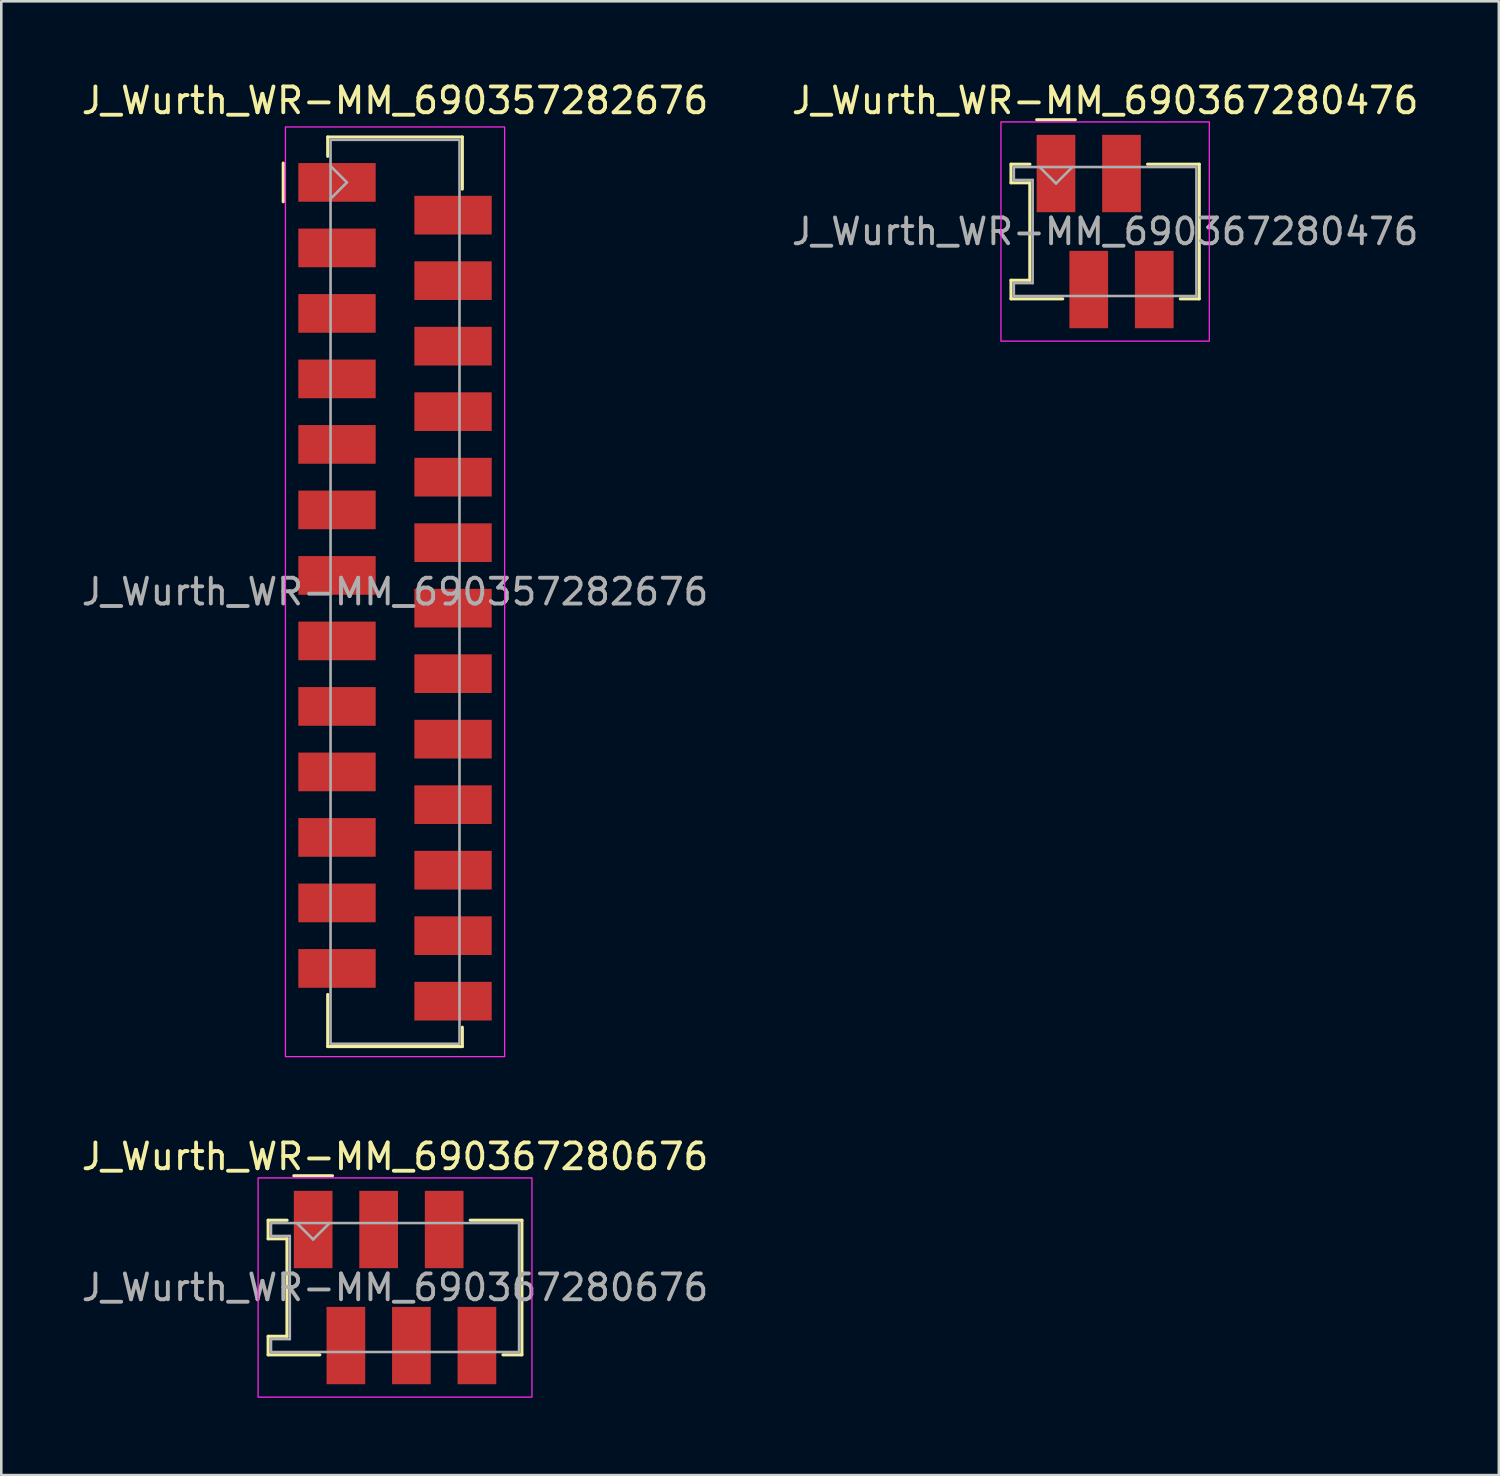
<source format=kicad_pcb>
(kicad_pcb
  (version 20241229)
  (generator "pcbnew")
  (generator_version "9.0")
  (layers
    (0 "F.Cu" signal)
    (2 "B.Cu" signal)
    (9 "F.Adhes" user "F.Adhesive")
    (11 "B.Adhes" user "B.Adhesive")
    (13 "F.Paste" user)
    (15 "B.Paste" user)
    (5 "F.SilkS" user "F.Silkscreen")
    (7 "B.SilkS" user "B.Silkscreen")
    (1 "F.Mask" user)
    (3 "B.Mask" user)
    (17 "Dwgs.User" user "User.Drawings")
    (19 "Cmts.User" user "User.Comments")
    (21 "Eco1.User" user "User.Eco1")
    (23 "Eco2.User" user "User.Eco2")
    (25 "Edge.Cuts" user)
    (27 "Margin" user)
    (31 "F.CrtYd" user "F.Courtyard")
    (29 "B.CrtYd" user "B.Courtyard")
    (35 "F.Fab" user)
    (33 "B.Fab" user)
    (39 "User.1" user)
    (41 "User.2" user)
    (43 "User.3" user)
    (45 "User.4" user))
  (footprint "J_Wurth_WR-MM_690367280476"
    (layer "F.Cu")
    (at 39.804 5.928)
    (property "Reference" "J_Wurth_WR-MM_690367280476" (at 0 -5.08 0) (unlocked yes) (layer "F.SilkS") (effects (font (size 1 1) (thickness 0.15))))
    (attr smd)
    (fp_line (start -3.65 -2.61) (end -3.65 -1.89) (stroke (width 0.12) (type solid)) (layer "F.SilkS"))
    (fp_line (start -3.65 -2.61) (end -2.915 -2.61) (stroke (width 0.12) (type solid)) (layer "F.SilkS"))
    (fp_line (start -3.65 -1.89) (end -2.92 -1.89) (stroke (width 0.12) (type solid)) (layer "F.SilkS"))
    (fp_line (start -3.65 1.89) (end -3.65 2.61) (stroke (width 0.12) (type solid)) (layer "F.SilkS"))
    (fp_line (start -3.65 1.89) (end -2.92 1.89) (stroke (width 0.12) (type solid)) (layer "F.SilkS"))
    (fp_line (start -3.65 2.61) (end -1.645 2.61) (stroke (width 0.12) (type solid)) (layer "F.SilkS"))
    (fp_line (start -2.92 -1.89) (end -2.92 1.89) (stroke (width 0.12) (type solid)) (layer "F.SilkS"))
    (fp_line (start -2.655 -4.335) (end -1.155 -4.335) (stroke (width 0.12) (type solid)) (layer "F.SilkS"))
    (fp_line (start 1.645 -2.61) (end 3.65 -2.61) (stroke (width 0.12) (type solid)) (layer "F.SilkS"))
    (fp_line (start 2.915 2.61) (end 3.65 2.61) (stroke (width 0.12) (type solid)) (layer "F.SilkS"))
    (fp_line (start 3.65 -2.61) (end 3.65 2.61) (stroke (width 0.12) (type solid)) (layer "F.SilkS"))
    (fp_rect (start -4.04 -4.25) (end 4.04 4.25) (stroke (width 0.05) (type solid)) (fill no) (layer "F.CrtYd"))
    (fp_line (start -3.54 -2.5) (end -3.54 -2) (stroke (width 0.1) (type solid)) (layer "F.Fab"))
    (fp_line (start -3.54 -2.5) (end 3.54 -2.5) (stroke (width 0.1) (type default)) (layer "F.Fab"))
    (fp_line (start -3.54 -2) (end -2.81 -2) (stroke (width 0.1) (type solid)) (layer "F.Fab"))
    (fp_line (start -3.54 2) (end -3.54 2.5) (stroke (width 0.1) (type solid)) (layer "F.Fab"))
    (fp_line (start -3.54 2) (end -2.81 2) (stroke (width 0.1) (type solid)) (layer "F.Fab"))
    (fp_line (start -2.81 -2) (end -2.81 2) (stroke (width 0.1) (type default)) (layer "F.Fab"))
    (fp_line (start -2.54 -2.5) (end -1.905 -1.865) (stroke (width 0.1) (type default)) (layer "F.Fab"))
    (fp_line (start -1.905 -1.865) (end -1.27 -2.5) (stroke (width 0.1) (type default)) (layer "F.Fab"))
    (fp_line (start 3.54 -2.5) (end 3.54 2.5) (stroke (width 0.1) (type default)) (layer "F.Fab"))
    (fp_line (start 3.54 2.5) (end -3.54 2.5) (stroke (width 0.1) (type default)) (layer "F.Fab"))
    (fp_text user "${REFERENCE}" (at 0 0 0) (unlocked yes) (layer "F.Fab") (effects (font (size 1 1) (thickness 0.15))))
    (pad "1" smd rect (at -1.905 -2.25) (size 1.5 3) (layers "F.Cu" "F.Mask" "F.Paste"))
    (pad "2" smd rect (at -0.635 2.25) (size 1.5 3) (layers "F.Cu" "F.Mask" "F.Paste"))
    (pad "3" smd rect (at 0.635 -2.25) (size 1.5 3) (layers "F.Cu" "F.Mask" "F.Paste"))
    (pad "4" smd rect (at 1.905 2.25) (size 1.5 3) (layers "F.Cu" "F.Mask" "F.Paste")))
  (footprint "J_Wurth_WR-MM_690367280676"
    (layer "F.Cu")
    (at 12.268 46.877)
    (property "Reference" "J_Wurth_WR-MM_690367280676" (at 0 -5.08 0) (unlocked yes) (layer "F.SilkS") (effects (font (size 1 1) (thickness 0.15))))
    (attr smd)
    (fp_line (start -4.92 -2.61) (end -4.92 -1.89) (stroke (width 0.12) (type solid)) (layer "F.SilkS"))
    (fp_line (start -4.92 -2.61) (end -4.185 -2.61) (stroke (width 0.12) (type solid)) (layer "F.SilkS"))
    (fp_line (start -4.92 -1.89) (end -4.19 -1.89) (stroke (width 0.12) (type solid)) (layer "F.SilkS"))
    (fp_line (start -4.92 1.89) (end -4.92 2.61) (stroke (width 0.12) (type solid)) (layer "F.SilkS"))
    (fp_line (start -4.92 1.89) (end -4.19 1.89) (stroke (width 0.12) (type solid)) (layer "F.SilkS"))
    (fp_line (start -4.92 2.61) (end -2.915 2.61) (stroke (width 0.12) (type solid)) (layer "F.SilkS"))
    (fp_line (start -4.19 -1.89) (end -4.19 1.89) (stroke (width 0.12) (type solid)) (layer "F.SilkS"))
    (fp_line (start -3.925 -4.335) (end -2.425 -4.335) (stroke (width 0.12) (type solid)) (layer "F.SilkS"))
    (fp_line (start 2.915 -2.61) (end 4.92 -2.61) (stroke (width 0.12) (type solid)) (layer "F.SilkS"))
    (fp_line (start 4.185 2.61) (end 4.92 2.61) (stroke (width 0.12) (type solid)) (layer "F.SilkS"))
    (fp_line (start 4.92 -2.61) (end 4.92 2.61) (stroke (width 0.12) (type solid)) (layer "F.SilkS"))
    (fp_rect (start -5.31 -4.25) (end 5.31 4.25) (stroke (width 0.05) (type solid)) (fill no) (layer "F.CrtYd"))
    (fp_line (start -4.81 -2.5) (end -4.81 -2) (stroke (width 0.1) (type solid)) (layer "F.Fab"))
    (fp_line (start -4.81 -2.5) (end 4.81 -2.5) (stroke (width 0.1) (type default)) (layer "F.Fab"))
    (fp_line (start -4.81 -2) (end -4.08 -2) (stroke (width 0.1) (type solid)) (layer "F.Fab"))
    (fp_line (start -4.81 2) (end -4.81 2.5) (stroke (width 0.1) (type solid)) (layer "F.Fab"))
    (fp_line (start -4.81 2) (end -4.08 2) (stroke (width 0.1) (type solid)) (layer "F.Fab"))
    (fp_line (start -4.08 -2) (end -4.08 2) (stroke (width 0.1) (type default)) (layer "F.Fab"))
    (fp_line (start -3.81 -2.5) (end -3.175 -1.865) (stroke (width 0.1) (type default)) (layer "F.Fab"))
    (fp_line (start -3.175 -1.865) (end -2.54 -2.5) (stroke (width 0.1) (type default)) (layer "F.Fab"))
    (fp_line (start 4.81 -2.5) (end 4.81 2.5) (stroke (width 0.1) (type default)) (layer "F.Fab"))
    (fp_line (start 4.81 2.5) (end -4.81 2.5) (stroke (width 0.1) (type default)) (layer "F.Fab"))
    (fp_text user "${REFERENCE}" (at 0 0 0) (unlocked yes) (layer "F.Fab") (effects (font (size 1 1) (thickness 0.15))))
    (pad "1" smd rect (at -3.175 -2.25) (size 1.5 3) (layers "F.Cu" "F.Mask" "F.Paste"))
    (pad "2" smd rect (at -1.905 2.25) (size 1.5 3) (layers "F.Cu" "F.Mask" "F.Paste"))
    (pad "3" smd rect (at -0.635 -2.25) (size 1.5 3) (layers "F.Cu" "F.Mask" "F.Paste"))
    (pad "4" smd rect (at 0.635 2.25) (size 1.5 3) (layers "F.Cu" "F.Mask" "F.Paste"))
    (pad "5" smd rect (at 1.905 -2.25) (size 1.5 3) (layers "F.Cu" "F.Mask" "F.Paste"))
    (pad "6" smd rect (at 3.175 2.25) (size 1.5 3) (layers "F.Cu" "F.Mask" "F.Paste")))
  (footprint "J_Wurth_WR-MM_690357282676"
    (layer "F.Cu")
    (at 12.268 19.898)
    (property "Reference" "J_Wurth_WR-MM_690357282676" (at 0 -19.05 0) (unlocked yes) (layer "F.SilkS") (effects (font (size 1 1) (thickness 0.15))))
    (attr smd)
    (fp_line (start -4.335 -15.125) (end -4.335 -16.625) (stroke (width 0.12) (type solid)) (layer "F.SilkS"))
    (fp_line (start -2.61 -17.635) (end 2.61 -17.635) (stroke (width 0.12) (type solid)) (layer "F.SilkS"))
    (fp_line (start -2.61 -16.885) (end -2.61 -17.635) (stroke (width 0.12) (type solid)) (layer "F.SilkS"))
    (fp_line (start -2.61 15.615) (end -2.61 17.635) (stroke (width 0.12) (type solid)) (layer "F.SilkS"))
    (fp_line (start 2.61 -17.635) (end 2.61 -15.615) (stroke (width 0.12) (type solid)) (layer "F.SilkS"))
    (fp_line (start 2.61 16.885) (end 2.61 17.635) (stroke (width 0.12) (type solid)) (layer "F.SilkS"))
    (fp_line (start 2.61 17.635) (end -2.61 17.635) (stroke (width 0.12) (type solid)) (layer "F.SilkS"))
    (fp_rect (start -4.25 -18.025) (end 4.25 18.025) (stroke (width 0.05) (type solid)) (fill no) (layer "F.CrtYd"))
    (fp_line (start -2.5 -15.24) (end -1.865 -15.875) (stroke (width 0.1) (type default)) (layer "F.Fab"))
    (fp_line (start -1.865 -15.875) (end -2.5 -16.51) (stroke (width 0.1) (type default)) (layer "F.Fab"))
    (fp_rect (start -2.5 -17.525) (end 2.5 17.525) (stroke (width 0.1) (type solid)) (fill no) (layer "F.Fab"))
    (fp_text user "${REFERENCE}" (at 0 0 0) (unlocked yes) (layer "F.Fab") (effects (font (size 1 1) (thickness 0.15))))
    (pad "1" smd rect (at -2.25 -15.875 90) (size 1.5 3) (layers "F.Cu" "F.Mask" "F.Paste"))
    (pad "2" smd rect (at 2.25 -14.605 90) (size 1.5 3) (layers "F.Cu" "F.Mask" "F.Paste"))
    (pad "3" smd rect (at -2.25 -13.335 90) (size 1.5 3) (layers "F.Cu" "F.Mask" "F.Paste"))
    (pad "4" smd rect (at 2.25 -12.065 90) (size 1.5 3) (layers "F.Cu" "F.Mask" "F.Paste"))
    (pad "5" smd rect (at -2.25 -10.795 90) (size 1.5 3) (layers "F.Cu" "F.Mask" "F.Paste"))
    (pad "6" smd rect (at 2.25 -9.525 90) (size 1.5 3) (layers "F.Cu" "F.Mask" "F.Paste"))
    (pad "7" smd rect (at -2.25 -8.255 90) (size 1.5 3) (layers "F.Cu" "F.Mask" "F.Paste"))
    (pad "8" smd rect (at 2.25 -6.985 90) (size 1.5 3) (layers "F.Cu" "F.Mask" "F.Paste"))
    (pad "9" smd rect (at -2.25 -5.715 90) (size 1.5 3) (layers "F.Cu" "F.Mask" "F.Paste"))
    (pad "10" smd rect (at 2.25 -4.445 90) (size 1.5 3) (layers "F.Cu" "F.Mask" "F.Paste"))
    (pad "11" smd rect (at -2.25 -3.175 90) (size 1.5 3) (layers "F.Cu" "F.Mask" "F.Paste"))
    (pad "12" smd rect (at 2.25 -1.905 90) (size 1.5 3) (layers "F.Cu" "F.Mask" "F.Paste"))
    (pad "13" smd rect (at -2.25 -0.635 90) (size 1.5 3) (layers "F.Cu" "F.Mask" "F.Paste"))
    (pad "14" smd rect (at 2.25 0.635 90) (size 1.5 3) (layers "F.Cu" "F.Mask" "F.Paste"))
    (pad "15" smd rect (at -2.25 1.905 90) (size 1.5 3) (layers "F.Cu" "F.Mask" "F.Paste"))
    (pad "16" smd rect (at 2.25 3.175 90) (size 1.5 3) (layers "F.Cu" "F.Mask" "F.Paste"))
    (pad "17" smd rect (at -2.25 4.445 90) (size 1.5 3) (layers "F.Cu" "F.Mask" "F.Paste"))
    (pad "18" smd rect (at 2.25 5.715 90) (size 1.5 3) (layers "F.Cu" "F.Mask" "F.Paste"))
    (pad "19" smd rect (at -2.25 6.985 90) (size 1.5 3) (layers "F.Cu" "F.Mask" "F.Paste"))
    (pad "20" smd rect (at 2.25 8.255 90) (size 1.5 3) (layers "F.Cu" "F.Mask" "F.Paste"))
    (pad "21" smd rect (at -2.25 9.525 90) (size 1.5 3) (layers "F.Cu" "F.Mask" "F.Paste"))
    (pad "22" smd rect (at 2.25 10.795 90) (size 1.5 3) (layers "F.Cu" "F.Mask" "F.Paste"))
    (pad "23" smd rect (at -2.25 12.065 90) (size 1.5 3) (layers "F.Cu" "F.Mask" "F.Paste"))
    (pad "24" smd rect (at 2.25 13.335 90) (size 1.5 3) (layers "F.Cu" "F.Mask" "F.Paste"))
    (pad "25" smd rect (at -2.25 14.605 90) (size 1.5 3) (layers "F.Cu" "F.Mask" "F.Paste"))
    (pad "26" smd rect (at 2.25 15.875 90) (size 1.5 3) (layers "F.Cu" "F.Mask" "F.Paste")))
  (gr_rect
    (start -3 -3)
    (end 55.071 54.151)
    (stroke (width 0.1) (type default))
    (fill no)
    (layer "Edge.Cuts")))
</source>
